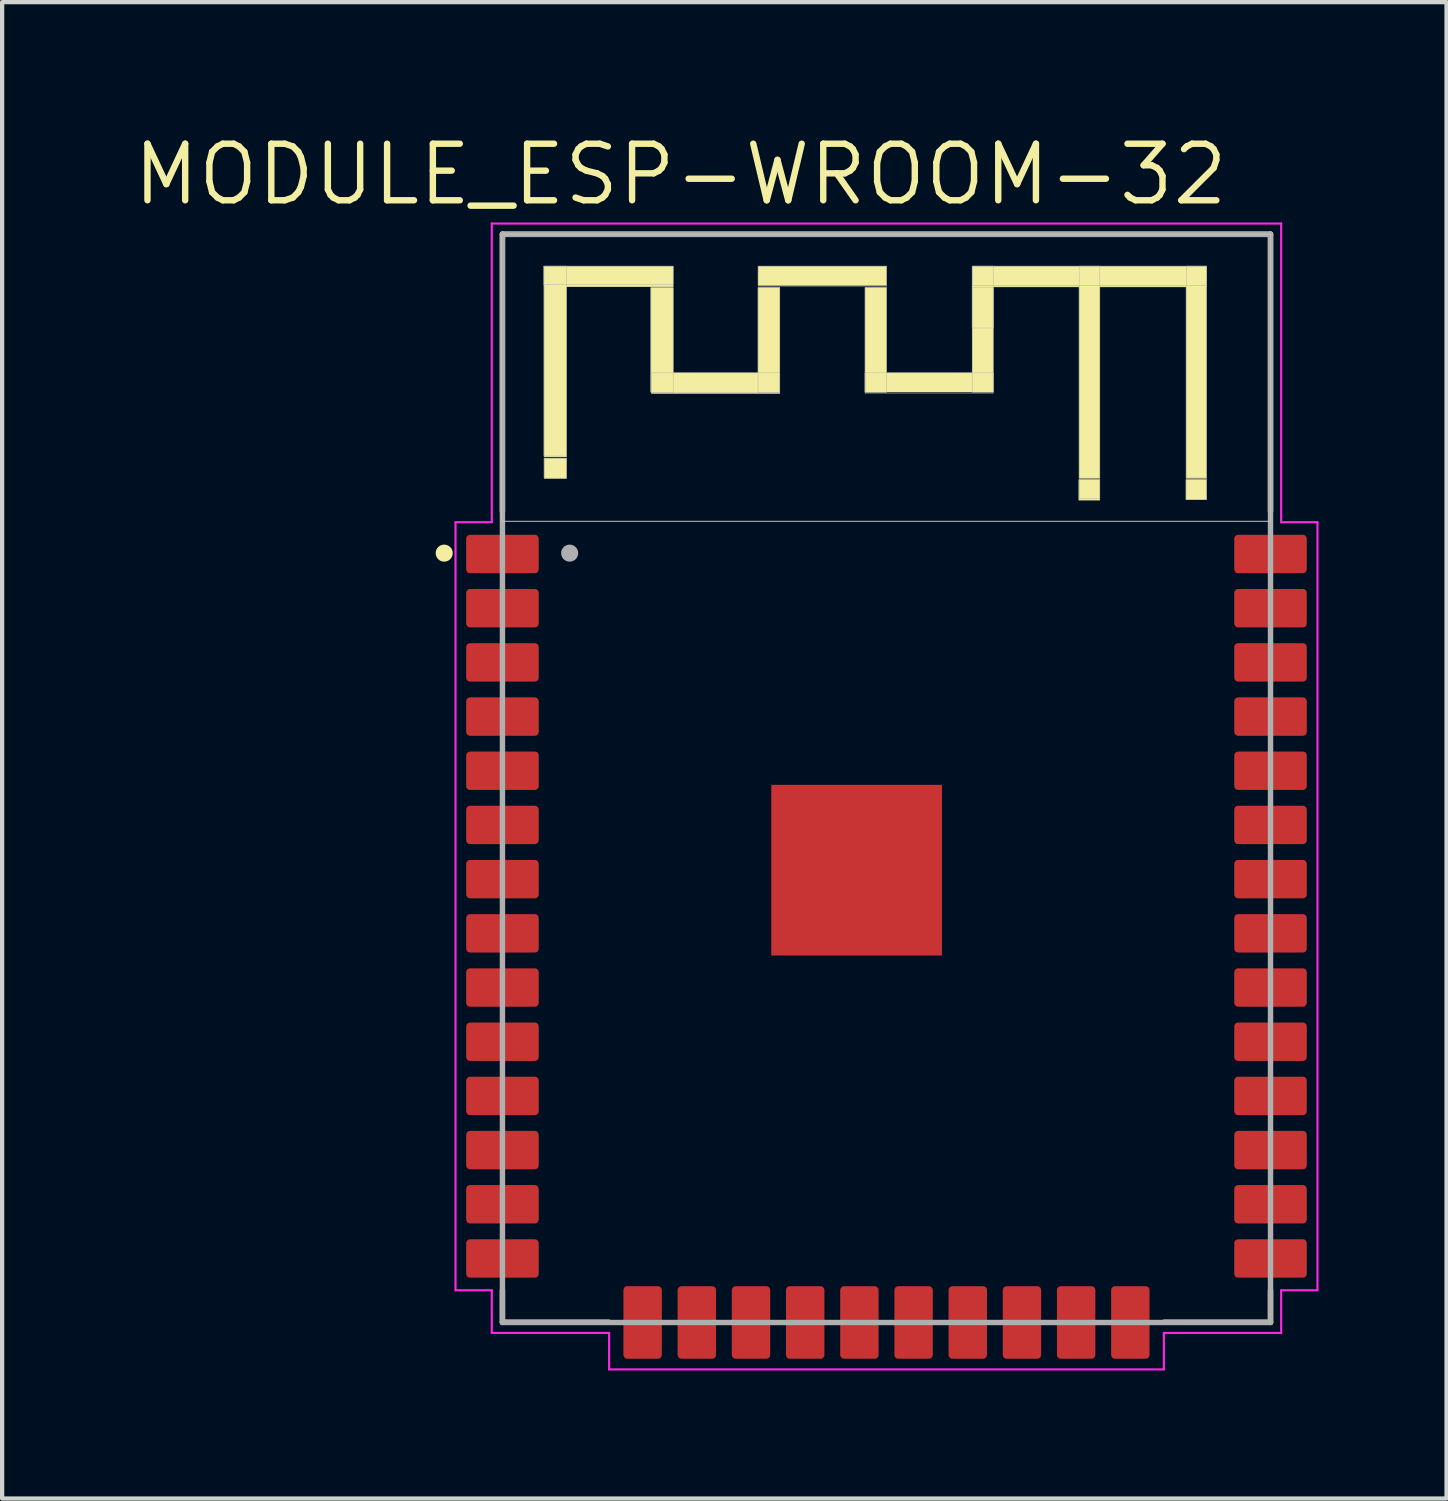
<source format=kicad_pcb>
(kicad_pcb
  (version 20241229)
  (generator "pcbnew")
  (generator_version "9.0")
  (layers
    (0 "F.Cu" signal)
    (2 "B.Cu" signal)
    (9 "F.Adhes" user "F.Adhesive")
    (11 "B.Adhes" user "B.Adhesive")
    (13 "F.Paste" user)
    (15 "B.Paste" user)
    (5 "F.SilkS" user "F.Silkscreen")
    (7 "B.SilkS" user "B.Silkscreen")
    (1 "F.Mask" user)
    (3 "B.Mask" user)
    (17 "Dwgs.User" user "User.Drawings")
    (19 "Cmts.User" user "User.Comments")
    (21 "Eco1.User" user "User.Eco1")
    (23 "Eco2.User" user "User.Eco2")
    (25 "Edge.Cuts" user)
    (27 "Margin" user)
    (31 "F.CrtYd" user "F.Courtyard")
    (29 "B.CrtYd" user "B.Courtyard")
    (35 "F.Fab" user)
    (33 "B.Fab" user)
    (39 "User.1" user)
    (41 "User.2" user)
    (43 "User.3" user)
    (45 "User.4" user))
  (footprint "MODULE_ESP-WROOM-32"
    (layer "F.Cu")
    (at 17.725 18.188)
    (property "Reference" "MODULE_ESP-WROOM-32" (at -4.826 -17.15 0) (layer "F.SilkS") (effects (font (size 1.325 1.325) (thickness 0.15))))
    (attr through_hole)
    (fp_line (start -9 -15.75) (end 9 -15.75) (stroke (width 0.127) (type solid)) (layer "F.SilkS"))
    (fp_line (start -9 -9.25) (end -9 -15.75) (stroke (width 0.127) (type solid)) (layer "F.SilkS"))
    (fp_line (start -9 9) (end -9 9.75) (stroke (width 0.127) (type solid)) (layer "F.SilkS"))
    (fp_line (start -9 9.75) (end -6.5 9.75) (stroke (width 0.127) (type solid)) (layer "F.SilkS"))
    (fp_line (start 6.5 9.75) (end 9 9.75) (stroke (width 0.127) (type solid)) (layer "F.SilkS"))
    (fp_line (start 9 -15.75) (end 9 -9.25) (stroke (width 0.127) (type solid)) (layer "F.SilkS"))
    (fp_line (start 9 9.75) (end 9 9) (stroke (width 0.127) (type solid)) (layer "F.SilkS"))
    (fp_circle (center -10.365 -8.275) (end -10.265 -8.275) (stroke (width 0.2) (type solid)) (fill no) (layer "F.SilkS"))
    (fp_poly (pts (xy -8.022 -15) (xy -7.5 -15) (xy -7.5 -10.529) (xy -8.022 -10.529)) (stroke (width 0.01) (type solid)) (fill yes) (layer "F.SilkS"))
    (fp_poly (pts (xy -8.02 -10.5) (xy -7.5 -10.5) (xy -7.5 -10.025) (xy -8.02 -10.025)) (stroke (width 0.01) (type solid)) (fill yes) (layer "F.SilkS"))
    (fp_poly (pts (xy -8.009 -15) (xy -5 -15) (xy -5 -14.517) (xy -8.009 -14.517)) (stroke (width 0.01) (type solid)) (fill yes) (layer "F.SilkS"))
    (fp_poly (pts (xy -5.522 -14.5) (xy -5 -14.5) (xy -5 -12.047) (xy -5.522 -12.047)) (stroke (width 0.01) (type solid)) (fill yes) (layer "F.SilkS"))
    (fp_poly (pts (xy -5.508 -12.5) (xy -2.5 -12.5) (xy -2.5 -12.018) (xy -5.508 -12.018)) (stroke (width 0.01) (type solid)) (fill yes) (layer "F.SilkS"))
    (fp_poly (pts (xy -3.01 -14.5) (xy -2.5 -14.5) (xy -2.5 -12.041) (xy -3.01 -12.041)) (stroke (width 0.01) (type solid)) (fill yes) (layer "F.SilkS"))
    (fp_poly (pts (xy -3.01 -15) (xy 0 -15) (xy 0 -14.549) (xy -3.01 -14.549)) (stroke (width 0.01) (type solid)) (fill yes) (layer "F.SilkS"))
    (fp_poly (pts (xy -0.502 -12.5) (xy 2.5 -12.5) (xy 2.5 -12.05) (xy -0.502 -12.05)) (stroke (width 0.01) (type solid)) (fill yes) (layer "F.SilkS"))
    (fp_poly (pts (xy -0.502 -14.5) (xy 0 -14.5) (xy 0 -12.049) (xy -0.502 -12.049)) (stroke (width 0.01) (type solid)) (fill yes) (layer "F.SilkS"))
    (fp_poly (pts (xy 2.008 -15) (xy 2.5 -15) (xy 2.5 -13.554) (xy 2.008 -13.554)) (stroke (width 0.01) (type solid)) (fill yes) (layer "F.SilkS"))
    (fp_poly (pts (xy 2.009 -14.5) (xy 2.5 -14.5) (xy 2.5 -12.053) (xy 2.009 -12.053)) (stroke (width 0.01) (type solid)) (fill yes) (layer "F.SilkS"))
    (fp_poly (pts (xy 2.012 -15) (xy 7.5 -15) (xy 7.5 -14.514) (xy 2.012 -14.514)) (stroke (width 0.01) (type solid)) (fill yes) (layer "F.SilkS"))
    (fp_poly (pts (xy 4.508 -10) (xy 5 -10) (xy 5 -9.517) (xy 4.508 -9.517)) (stroke (width 0.01) (type solid)) (fill yes) (layer "F.SilkS"))
    (fp_poly (pts (xy 4.514 -15) (xy 5 -15) (xy 5 -10.031) (xy 4.514 -10.031)) (stroke (width 0.01) (type solid)) (fill yes) (layer "F.SilkS"))
    (fp_poly (pts (xy 7.019 -10) (xy 7.5 -10) (xy 7.5 -9.526) (xy 7.019 -9.526)) (stroke (width 0.01) (type solid)) (fill yes) (layer "F.SilkS"))
    (fp_poly (pts (xy 7.021 -15) (xy 7.5 -15) (xy 7.5 -10.03) (xy 7.021 -10.03)) (stroke (width 0.01) (type solid)) (fill yes) (layer "F.SilkS"))
    (fp_poly (pts (xy -9.026 -15.75) (xy 9 -15.75) (xy 9 -9.026) (xy -9.026 -9.026)) (stroke (width 0.01) (type solid)) (fill no) (layer "Dwgs.User"))
    (fp_poly (pts (xy -9.024 -15.75) (xy 9 -15.75) (xy 9 -9.024) (xy -9.024 -9.024)) (stroke (width 0.01) (type solid)) (fill no) (layer "Dwgs.User"))
    (fp_poly (pts (xy -9.012 -15.75) (xy 9 -15.75) (xy 9 -9.012) (xy -9.012 -9.012)) (stroke (width 0.01) (type solid)) (fill no) (layer "Dwgs.User"))
    (fp_line (start -10.1 -9) (end -9.25 -9) (stroke (width 0.05) (type solid)) (layer "F.CrtYd"))
    (fp_line (start -10.1 9) (end -10.1 -9) (stroke (width 0.05) (type solid)) (layer "F.CrtYd"))
    (fp_line (start -9.25 -16) (end 9.25 -16) (stroke (width 0.05) (type solid)) (layer "F.CrtYd"))
    (fp_line (start -9.25 -9) (end -9.25 -16) (stroke (width 0.05) (type solid)) (layer "F.CrtYd"))
    (fp_line (start -9.25 9) (end -10.1 9) (stroke (width 0.05) (type solid)) (layer "F.CrtYd"))
    (fp_line (start -9.25 10) (end -9.25 9) (stroke (width 0.05) (type solid)) (layer "F.CrtYd"))
    (fp_line (start -6.5 10) (end -9.25 10) (stroke (width 0.05) (type solid)) (layer "F.CrtYd"))
    (fp_line (start -6.5 10.855) (end -6.5 10) (stroke (width 0.05) (type solid)) (layer "F.CrtYd"))
    (fp_line (start 6.5 10) (end 6.5 10.855) (stroke (width 0.05) (type solid)) (layer "F.CrtYd"))
    (fp_line (start 6.5 10.855) (end -6.5 10.855) (stroke (width 0.05) (type solid)) (layer "F.CrtYd"))
    (fp_line (start 9.25 -16) (end 9.25 -9) (stroke (width 0.05) (type solid)) (layer "F.CrtYd"))
    (fp_line (start 9.25 -9) (end 10.1 -9) (stroke (width 0.05) (type solid)) (layer "F.CrtYd"))
    (fp_line (start 9.25 9) (end 9.25 10) (stroke (width 0.05) (type solid)) (layer "F.CrtYd"))
    (fp_line (start 9.25 10) (end 6.5 10) (stroke (width 0.05) (type solid)) (layer "F.CrtYd"))
    (fp_line (start 10.1 -9) (end 10.1 9) (stroke (width 0.05) (type solid)) (layer "F.CrtYd"))
    (fp_line (start 10.1 9) (end 9.25 9) (stroke (width 0.05) (type solid)) (layer "F.CrtYd"))
    (fp_line (start -9 -15.745) (end -9 9.755) (stroke (width 0.127) (type solid)) (layer "F.Fab"))
    (fp_line (start -9 9.755) (end 9 9.755) (stroke (width 0.127) (type solid)) (layer "F.Fab"))
    (fp_line (start 9 -15.745) (end -9 -15.745) (stroke (width 0.127) (type solid)) (layer "F.Fab"))
    (fp_line (start 9 9.755) (end 9 -15.745) (stroke (width 0.127) (type solid)) (layer "F.Fab"))
    (fp_circle (center -7.425 -8.275) (end -7.325 -8.275) (stroke (width 0.2) (type solid)) (fill no) (layer "F.Fab"))
    (fp_poly (pts (xy -8.041 -15) (xy -5 -15) (xy -5 -14.574) (xy -8.041 -14.574)) (stroke (width 0.01) (type solid)) (fill no) (layer "F.Fab"))
    (fp_poly (pts (xy -8.038 -15) (xy -7.5 -15) (xy -7.5 -10.55) (xy -8.038 -10.55)) (stroke (width 0.01) (type solid)) (fill no) (layer "F.Fab"))
    (fp_poly (pts (xy -8.027 -10.5) (xy -7.5 -10.5) (xy -7.5 -10.033) (xy -8.027 -10.033)) (stroke (width 0.01) (type solid)) (fill no) (layer "F.Fab"))
    (fp_poly (pts (xy -5.518 -14.5) (xy -5 -14.5) (xy -5 -12.04) (xy -5.518 -12.04)) (stroke (width 0.01) (type solid)) (fill no) (layer "F.Fab"))
    (fp_poly (pts (xy -5.516 -12.5) (xy -2.5 -12.5) (xy -2.5 -12.034) (xy -5.516 -12.034)) (stroke (width 0.01) (type solid)) (fill no) (layer "F.Fab"))
    (fp_poly (pts (xy -3.01 -14.5) (xy -2.5 -14.5) (xy -2.5 -12.041) (xy -3.01 -12.041)) (stroke (width 0.01) (type solid)) (fill no) (layer "F.Fab"))
    (fp_poly (pts (xy -3.006 -15) (xy 0 -15) (xy 0 -14.531) (xy -3.006 -14.531)) (stroke (width 0.01) (type solid)) (fill no) (layer "F.Fab"))
    (fp_poly (pts (xy -0.502 -14.5) (xy 0 -14.5) (xy 0 -12.04) (xy -0.502 -12.04)) (stroke (width 0.01) (type solid)) (fill no) (layer "F.Fab"))
    (fp_poly (pts (xy -0.501 -12.5) (xy 2.5 -12.5) (xy 2.5 -12.012) (xy -0.501 -12.012)) (stroke (width 0.01) (type solid)) (fill no) (layer "F.Fab"))
    (fp_poly (pts (xy 2.008 -15) (xy 2.5 -15) (xy 2.5 -13.551) (xy 2.008 -13.551)) (stroke (width 0.01) (type solid)) (fill no) (layer "F.Fab"))
    (fp_poly (pts (xy 2.008 -14.5) (xy 2.5 -14.5) (xy 2.5 -12.046) (xy 2.008 -12.046)) (stroke (width 0.01) (type solid)) (fill no) (layer "F.Fab"))
    (fp_poly (pts (xy 2.015 -15) (xy 7.5 -15) (xy 7.5 -14.541) (xy 2.015 -14.541)) (stroke (width 0.01) (type solid)) (fill no) (layer "F.Fab"))
    (fp_poly (pts (xy 4.515 -15) (xy 5 -15) (xy 5 -10.033) (xy 4.515 -10.033)) (stroke (width 0.01) (type solid)) (fill no) (layer "F.Fab"))
    (fp_poly (pts (xy 4.523 -10) (xy 5 -10) (xy 5 -9.548) (xy 4.523 -9.548)) (stroke (width 0.01) (type solid)) (fill no) (layer "F.Fab"))
    (fp_poly (pts (xy 7.022 -10) (xy 7.5 -10) (xy 7.5 -9.529) (xy 7.022 -9.529)) (stroke (width 0.01) (type solid)) (fill no) (layer "F.Fab"))
    (fp_poly (pts (xy 7.026 -15) (xy 7.5 -15) (xy 7.5 -10.037) (xy 7.026 -10.037)) (stroke (width 0.01) (type solid)) (fill no) (layer "F.Fab"))
    (pad "1" smd roundrect (at -9 -8.255) (size 1.7 0.9) (layers "F.Cu" "F.Mask" "F.Paste") (roundrect_rratio 0.1))
    (pad "1.1" smd rect (at -0.7 -0.845) (size 4 4) (layers "F.Cu" "F.Mask" "F.Paste"))
    (pad "2" smd roundrect (at -9 -6.985) (size 1.7 0.9) (layers "F.Cu" "F.Mask" "F.Paste") (roundrect_rratio 0.1))
    (pad "3" smd roundrect (at -9 -5.715) (size 1.7 0.9) (layers "F.Cu" "F.Mask" "F.Paste") (roundrect_rratio 0.1))
    (pad "4" smd roundrect (at -9 -4.445) (size 1.7 0.9) (layers "F.Cu" "F.Mask" "F.Paste") (roundrect_rratio 0.1))
    (pad "5" smd roundrect (at -9 -3.175) (size 1.7 0.9) (layers "F.Cu" "F.Mask" "F.Paste") (roundrect_rratio 0.1))
    (pad "6" smd roundrect (at -9 -1.905) (size 1.7 0.9) (layers "F.Cu" "F.Mask" "F.Paste") (roundrect_rratio 0.1))
    (pad "7" smd roundrect (at -9 -0.635) (size 1.7 0.9) (layers "F.Cu" "F.Mask" "F.Paste") (roundrect_rratio 0.1))
    (pad "8" smd roundrect (at -9 0.635) (size 1.7 0.9) (layers "F.Cu" "F.Mask" "F.Paste") (roundrect_rratio 0.1))
    (pad "9" smd roundrect (at -9 1.905) (size 1.7 0.9) (layers "F.Cu" "F.Mask" "F.Paste") (roundrect_rratio 0.1))
    (pad "10" smd roundrect (at -9 3.175) (size 1.7 0.9) (layers "F.Cu" "F.Mask" "F.Paste") (roundrect_rratio 0.1))
    (pad "11" smd roundrect (at -9 4.445) (size 1.7 0.9) (layers "F.Cu" "F.Mask" "F.Paste") (roundrect_rratio 0.1))
    (pad "12" smd roundrect (at -9 5.715) (size 1.7 0.9) (layers "F.Cu" "F.Mask" "F.Paste") (roundrect_rratio 0.1))
    (pad "13" smd roundrect (at -9 6.985) (size 1.7 0.9) (layers "F.Cu" "F.Mask" "F.Paste") (roundrect_rratio 0.1))
    (pad "14" smd roundrect (at -9 8.255) (size 1.7 0.9) (layers "F.Cu" "F.Mask" "F.Paste") (roundrect_rratio 0.1))
    (pad "15" smd roundrect (at -5.715 9.755) (size 0.9 1.7) (layers "F.Cu" "F.Mask" "F.Paste") (roundrect_rratio 0.1))
    (pad "16" smd roundrect (at -4.445 9.755) (size 0.9 1.7) (layers "F.Cu" "F.Mask" "F.Paste") (roundrect_rratio 0.1))
    (pad "17" smd roundrect (at -3.175 9.755) (size 0.9 1.7) (layers "F.Cu" "F.Mask" "F.Paste") (roundrect_rratio 0.1))
    (pad "18" smd roundrect (at -1.905 9.755) (size 0.9 1.7) (layers "F.Cu" "F.Mask" "F.Paste") (roundrect_rratio 0.1))
    (pad "19" smd roundrect (at -0.635 9.755) (size 0.9 1.7) (layers "F.Cu" "F.Mask" "F.Paste") (roundrect_rratio 0.1))
    (pad "20" smd roundrect (at 0.635 9.755) (size 0.9 1.7) (layers "F.Cu" "F.Mask" "F.Paste") (roundrect_rratio 0.1))
    (pad "21" smd roundrect (at 1.905 9.755) (size 0.9 1.7) (layers "F.Cu" "F.Mask" "F.Paste") (roundrect_rratio 0.1))
    (pad "22" smd roundrect (at 3.175 9.755) (size 0.9 1.7) (layers "F.Cu" "F.Mask" "F.Paste") (roundrect_rratio 0.1))
    (pad "23" smd roundrect (at 4.445 9.755) (size 0.9 1.7) (layers "F.Cu" "F.Mask" "F.Paste") (roundrect_rratio 0.1))
    (pad "24" smd roundrect (at 5.715 9.755) (size 0.9 1.7) (layers "F.Cu" "F.Mask" "F.Paste") (roundrect_rratio 0.1))
    (pad "25" smd roundrect (at 9 8.255) (size 1.7 0.9) (layers "F.Cu" "F.Mask" "F.Paste") (roundrect_rratio 0.1))
    (pad "26" smd roundrect (at 9 6.985) (size 1.7 0.9) (layers "F.Cu" "F.Mask" "F.Paste") (roundrect_rratio 0.1))
    (pad "27" smd roundrect (at 9 5.715) (size 1.7 0.9) (layers "F.Cu" "F.Mask" "F.Paste") (roundrect_rratio 0.1))
    (pad "28" smd roundrect (at 9 4.445) (size 1.7 0.9) (layers "F.Cu" "F.Mask" "F.Paste") (roundrect_rratio 0.1))
    (pad "29" smd roundrect (at 9 3.175) (size 1.7 0.9) (layers "F.Cu" "F.Mask" "F.Paste") (roundrect_rratio 0.1))
    (pad "30" smd roundrect (at 9 1.905) (size 1.7 0.9) (layers "F.Cu" "F.Mask" "F.Paste") (roundrect_rratio 0.1))
    (pad "31" smd roundrect (at 9 0.635) (size 1.7 0.9) (layers "F.Cu" "F.Mask" "F.Paste") (roundrect_rratio 0.1))
    (pad "32" smd roundrect (at 9 -0.635) (size 1.7 0.9) (layers "F.Cu" "F.Mask" "F.Paste") (roundrect_rratio 0.1))
    (pad "33" smd roundrect (at 9 -1.905) (size 1.7 0.9) (layers "F.Cu" "F.Mask" "F.Paste") (roundrect_rratio 0.1))
    (pad "34" smd roundrect (at 9 -3.175) (size 1.7 0.9) (layers "F.Cu" "F.Mask" "F.Paste") (roundrect_rratio 0.1))
    (pad "35" smd roundrect (at 9 -4.445) (size 1.7 0.9) (layers "F.Cu" "F.Mask" "F.Paste") (roundrect_rratio 0.1))
    (pad "36" smd roundrect (at 9 -5.715) (size 1.7 0.9) (layers "F.Cu" "F.Mask" "F.Paste") (roundrect_rratio 0.1))
    (pad "37" smd roundrect (at 9 -6.985) (size 1.7 0.9) (layers "F.Cu" "F.Mask" "F.Paste") (roundrect_rratio 0.1))
    (pad "38" smd roundrect (at 9 -8.255) (size 1.7 0.9) (layers "F.Cu" "F.Mask" "F.Paste") (roundrect_rratio 0.1)))
  (gr_rect
    (start -3 -3)
    (end 30.85 32.068)
    (stroke (width 0.1) (type default))
    (fill no)
    (layer "Edge.Cuts")))
</source>
